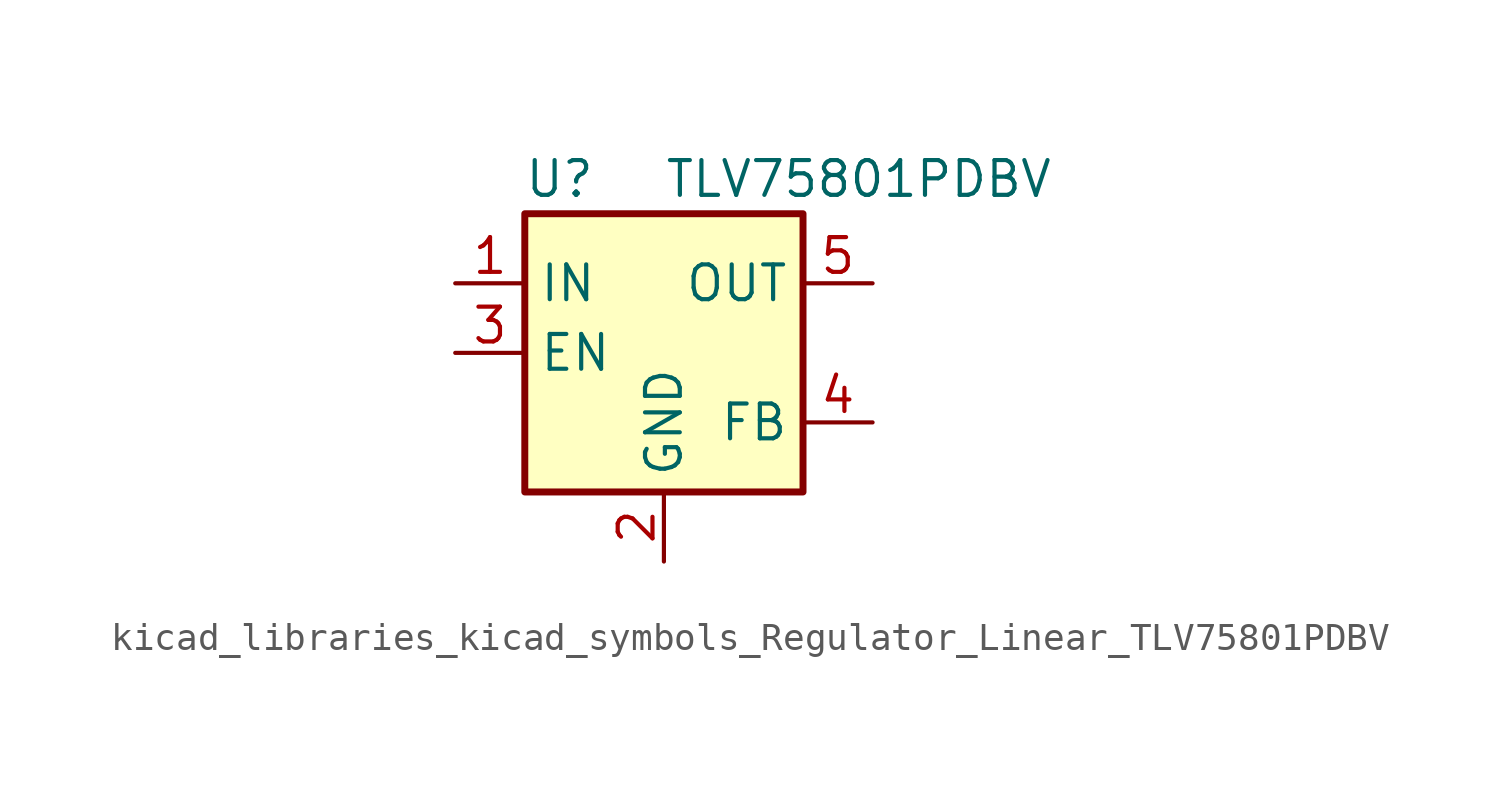
<source format=kicad_sym>
(kicad_symbol_lib
  (version 20220914)
  (generator kicad_symbol_editor)
  (symbol "kicad_libraries_kicad_symbols_Regulator_Linear_TLV75801PDBV"
    (property "Reference" "U"
      (at -3.81 6.35 0)
      (effects (font (size 1.27 1.27))))
    (property "Value" "TLV75801PDBV"
      (at 0 6.35 0)
      (effects (font (size 1.27 1.27)) (justify left)))
    (symbol "kicad_libraries_kicad_symbols_Regulator_Linear_TLV75801PDBV_0_1"
      (rectangle (start 5.08 -5.08) (end -5.08 5.08) (stroke (width 0.254) (type default)) (fill (type background))))
    (symbol "kicad_libraries_kicad_symbols_Regulator_Linear_TLV75801PDBV_1_1"
      (pin power_in line (at -7.62 2.54 0) (length 2.54) (name "IN" (effects (font (size 1.27 1.27)))) (number "1" (effects (font (size 1.27 1.27)))))
      (pin power_in line (at 0 -7.62 90) (length 2.54) (name "GND" (effects (font (size 1.27 1.27)))) (number "2" (effects (font (size 1.27 1.27)))))
      (pin input line (at -7.62 0 0) (length 2.54) (name "EN" (effects (font (size 1.27 1.27)))) (number "3" (effects (font (size 1.27 1.27)))))
      (pin input line (at 7.62 -2.54 180) (length 2.54) (name "FB" (effects (font (size 1.27 1.27)))) (number "4" (effects (font (size 1.27 1.27)))))
      (pin power_out line (at 7.62 2.54 180) (length 2.54) (name "OUT" (effects (font (size 1.27 1.27)))) (number "5" (effects (font (size 1.27 1.27))))))))
</source>
